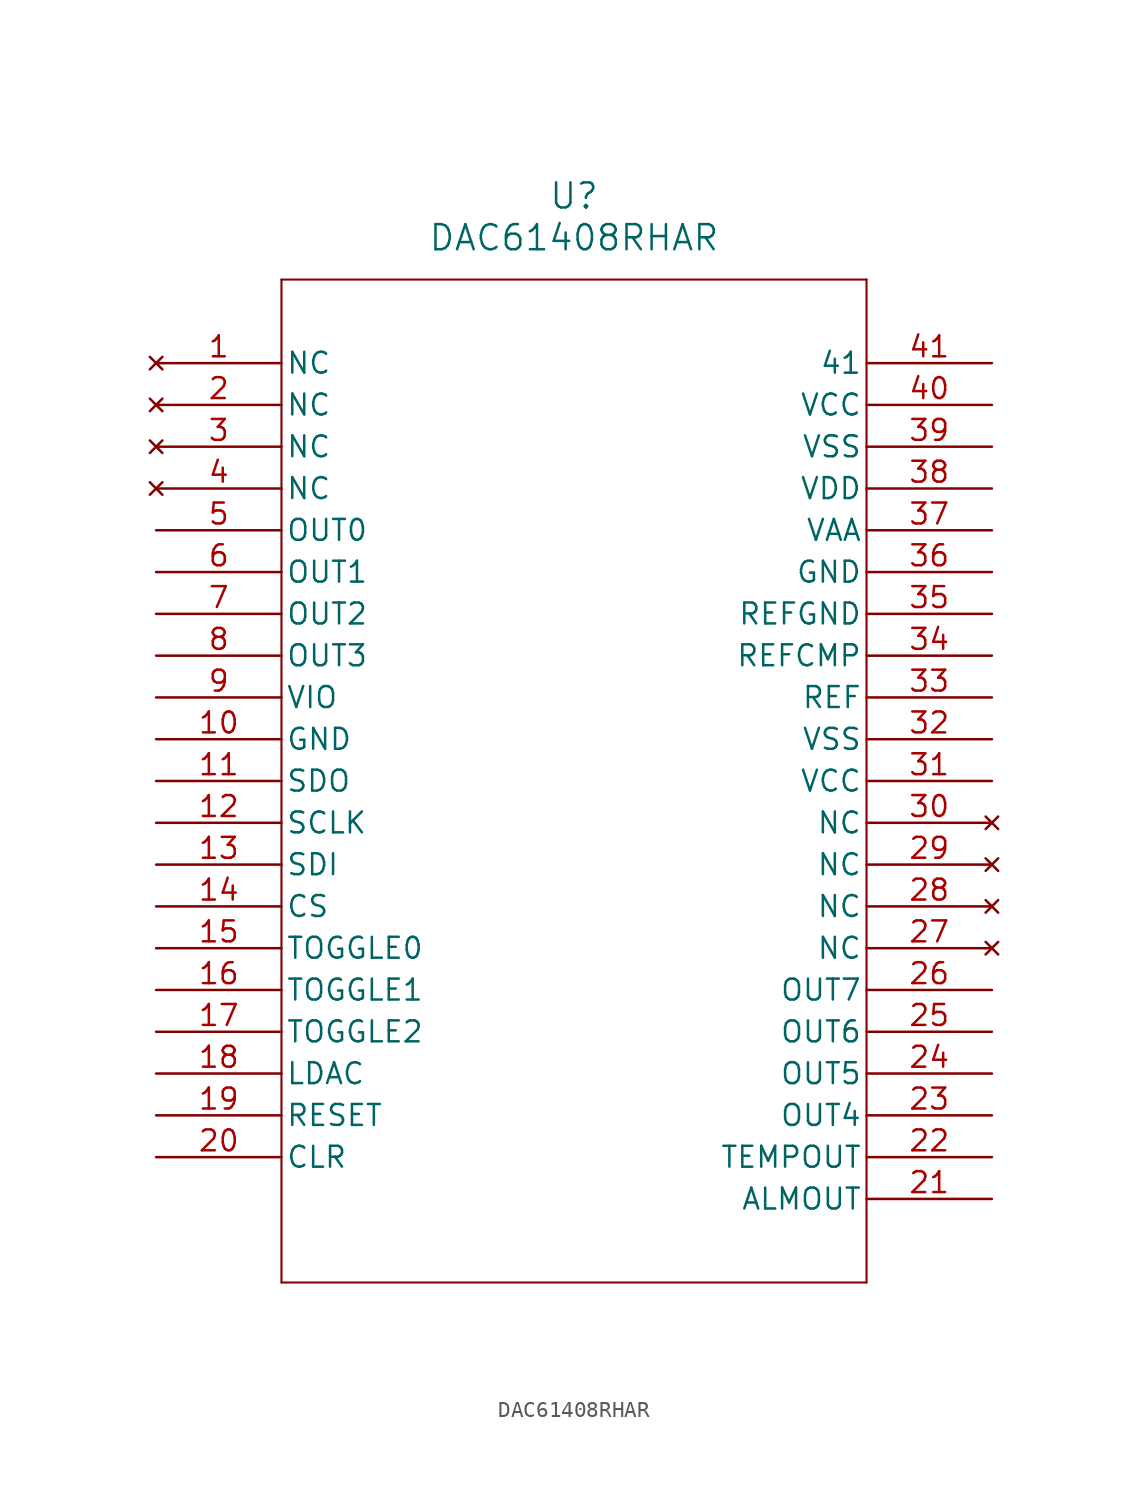
<source format=kicad_sym>
(kicad_symbol_lib
  (version 20211014)
  (generator kicad_symbol_editor)
  (symbol "DAC61408RHAR"
    (pin_names
      (offset 0.254))
    (property "Reference" "U"
      (at 25.4 10.16 0)
      (effects (font (size 1.524 1.524))))
    (property "Value" "DAC61408RHAR"
      (at 25.4 7.62 0)
      (effects (font (size 1.524 1.524))))
    (symbol "DAC61408RHAR_0_1"
      (polyline (pts (xy 7.62 5.08) (xy 7.62 -55.88)) (stroke (width 0.127) (type default) (color 0 0 0 0)) (fill (type none)))
      (polyline (pts (xy 7.62 -55.88) (xy 43.18 -55.88)) (stroke (width 0.127) (type default) (color 0 0 0 0)) (fill (type none)))
      (polyline (pts (xy 43.18 -55.88) (xy 43.18 5.08)) (stroke (width 0.127) (type default) (color 0 0 0 0)) (fill (type none)))
      (polyline (pts (xy 43.18 5.08) (xy 7.62 5.08)) (stroke (width 0.127) (type default) (color 0 0 0 0)) (fill (type none)))
      (pin no_connect line (at 0 0 0) (length 7.62) (name "NC" (effects (font (size 1.27 1.27)))) (number "1" (effects (font (size 1.27 1.27)))))
      (pin no_connect line (at 0 -2.54 0) (length 7.62) (name "NC" (effects (font (size 1.27 1.27)))) (number "2" (effects (font (size 1.27 1.27)))))
      (pin no_connect line (at 0 -5.08 0) (length 7.62) (name "NC" (effects (font (size 1.27 1.27)))) (number "3" (effects (font (size 1.27 1.27)))))
      (pin no_connect line (at 0 -7.62 0) (length 7.62) (name "NC" (effects (font (size 1.27 1.27)))) (number "4" (effects (font (size 1.27 1.27)))))
      (pin output line (at 0 -10.16 0) (length 7.62) (name "OUT0" (effects (font (size 1.27 1.27)))) (number "5" (effects (font (size 1.27 1.27)))))
      (pin output line (at 0 -12.7 0) (length 7.62) (name "OUT1" (effects (font (size 1.27 1.27)))) (number "6" (effects (font (size 1.27 1.27)))))
      (pin output line (at 0 -15.24 0) (length 7.62) (name "OUT2" (effects (font (size 1.27 1.27)))) (number "7" (effects (font (size 1.27 1.27)))))
      (pin output line (at 0 -17.78 0) (length 7.62) (name "OUT3" (effects (font (size 1.27 1.27)))) (number "8" (effects (font (size 1.27 1.27)))))
      (pin unspecified line (at 0 -20.32 0) (length 7.62) (name "VIO" (effects (font (size 1.27 1.27)))) (number "9" (effects (font (size 1.27 1.27)))))
      (pin power_out line (at 0 -22.86 0) (length 7.62) (name "GND" (effects (font (size 1.27 1.27)))) (number "10" (effects (font (size 1.27 1.27)))))
      (pin unspecified line (at 0 -25.4 0) (length 7.62) (name "SDO" (effects (font (size 1.27 1.27)))) (number "11" (effects (font (size 1.27 1.27)))))
      (pin unspecified line (at 0 -27.94 0) (length 7.62) (name "SCLK" (effects (font (size 1.27 1.27)))) (number "12" (effects (font (size 1.27 1.27)))))
      (pin unspecified line (at 0 -30.48 0) (length 7.62) (name "SDI" (effects (font (size 1.27 1.27)))) (number "13" (effects (font (size 1.27 1.27)))))
      (pin unspecified line (at 0 -33.02 0) (length 7.62) (name "CS" (effects (font (size 1.27 1.27)))) (number "14" (effects (font (size 1.27 1.27)))))
      (pin bidirectional line (at 0 -35.56 0) (length 7.62) (name "TOGGLE0" (effects (font (size 1.27 1.27)))) (number "15" (effects (font (size 1.27 1.27)))))
      (pin bidirectional line (at 0 -38.1 0) (length 7.62) (name "TOGGLE1" (effects (font (size 1.27 1.27)))) (number "16" (effects (font (size 1.27 1.27)))))
      (pin bidirectional line (at 0 -40.64 0) (length 7.62) (name "TOGGLE2" (effects (font (size 1.27 1.27)))) (number "17" (effects (font (size 1.27 1.27)))))
      (pin unspecified line (at 0 -43.18 0) (length 7.62) (name "LDAC" (effects (font (size 1.27 1.27)))) (number "18" (effects (font (size 1.27 1.27)))))
      (pin unspecified line (at 0 -45.72 0) (length 7.62) (name "RESET" (effects (font (size 1.27 1.27)))) (number "19" (effects (font (size 1.27 1.27)))))
      (pin unspecified line (at 0 -48.26 0) (length 7.62) (name "CLR" (effects (font (size 1.27 1.27)))) (number "20" (effects (font (size 1.27 1.27)))))
      (pin output line (at 50.8 -50.8 180) (length 7.62) (name "ALMOUT" (effects (font (size 1.27 1.27)))) (number "21" (effects (font (size 1.27 1.27)))))
      (pin output line (at 50.8 -48.26 180) (length 7.62) (name "TEMPOUT" (effects (font (size 1.27 1.27)))) (number "22" (effects (font (size 1.27 1.27)))))
      (pin output line (at 50.8 -45.72 180) (length 7.62) (name "OUT4" (effects (font (size 1.27 1.27)))) (number "23" (effects (font (size 1.27 1.27)))))
      (pin output line (at 50.8 -43.18 180) (length 7.62) (name "OUT5" (effects (font (size 1.27 1.27)))) (number "24" (effects (font (size 1.27 1.27)))))
      (pin output line (at 50.8 -40.64 180) (length 7.62) (name "OUT6" (effects (font (size 1.27 1.27)))) (number "25" (effects (font (size 1.27 1.27)))))
      (pin output line (at 50.8 -38.1 180) (length 7.62) (name "OUT7" (effects (font (size 1.27 1.27)))) (number "26" (effects (font (size 1.27 1.27)))))
      (pin no_connect line (at 50.8 -35.56 180) (length 7.62) (name "NC" (effects (font (size 1.27 1.27)))) (number "27" (effects (font (size 1.27 1.27)))))
      (pin no_connect line (at 50.8 -33.02 180) (length 7.62) (name "NC" (effects (font (size 1.27 1.27)))) (number "28" (effects (font (size 1.27 1.27)))))
      (pin no_connect line (at 50.8 -30.48 180) (length 7.62) (name "NC" (effects (font (size 1.27 1.27)))) (number "29" (effects (font (size 1.27 1.27)))))
      (pin no_connect line (at 50.8 -27.94 180) (length 7.62) (name "NC" (effects (font (size 1.27 1.27)))) (number "30" (effects (font (size 1.27 1.27)))))
      (pin power_in line (at 50.8 -25.4 180) (length 7.62) (name "VCC" (effects (font (size 1.27 1.27)))) (number "31" (effects (font (size 1.27 1.27)))))
      (pin power_out line (at 50.8 -22.86 180) (length 7.62) (name "VSS" (effects (font (size 1.27 1.27)))) (number "32" (effects (font (size 1.27 1.27)))))
      (pin unspecified line (at 50.8 -20.32 180) (length 7.62) (name "REF" (effects (font (size 1.27 1.27)))) (number "33" (effects (font (size 1.27 1.27)))))
      (pin unspecified line (at 50.8 -17.78 180) (length 7.62) (name "REFCMP" (effects (font (size 1.27 1.27)))) (number "34" (effects (font (size 1.27 1.27)))))
      (pin power_out line (at 50.8 -15.24 180) (length 7.62) (name "REFGND" (effects (font (size 1.27 1.27)))) (number "35" (effects (font (size 1.27 1.27)))))
      (pin power_out line (at 50.8 -12.7 180) (length 7.62) (name "GND" (effects (font (size 1.27 1.27)))) (number "36" (effects (font (size 1.27 1.27)))))
      (pin unspecified line (at 50.8 -10.16 180) (length 7.62) (name "VAA" (effects (font (size 1.27 1.27)))) (number "37" (effects (font (size 1.27 1.27)))))
      (pin power_in line (at 50.8 -7.62 180) (length 7.62) (name "VDD" (effects (font (size 1.27 1.27)))) (number "38" (effects (font (size 1.27 1.27)))))
      (pin power_out line (at 50.8 -5.08 180) (length 7.62) (name "VSS" (effects (font (size 1.27 1.27)))) (number "39" (effects (font (size 1.27 1.27)))))
      (pin power_in line (at 50.8 -2.54 180) (length 7.62) (name "VCC" (effects (font (size 1.27 1.27)))) (number "40" (effects (font (size 1.27 1.27)))))
      (pin unspecified line (at 50.8 0 180) (length 7.62) (name "41" (effects (font (size 1.27 1.27)))) (number "41" (effects (font (size 1.27 1.27))))))))
</source>
